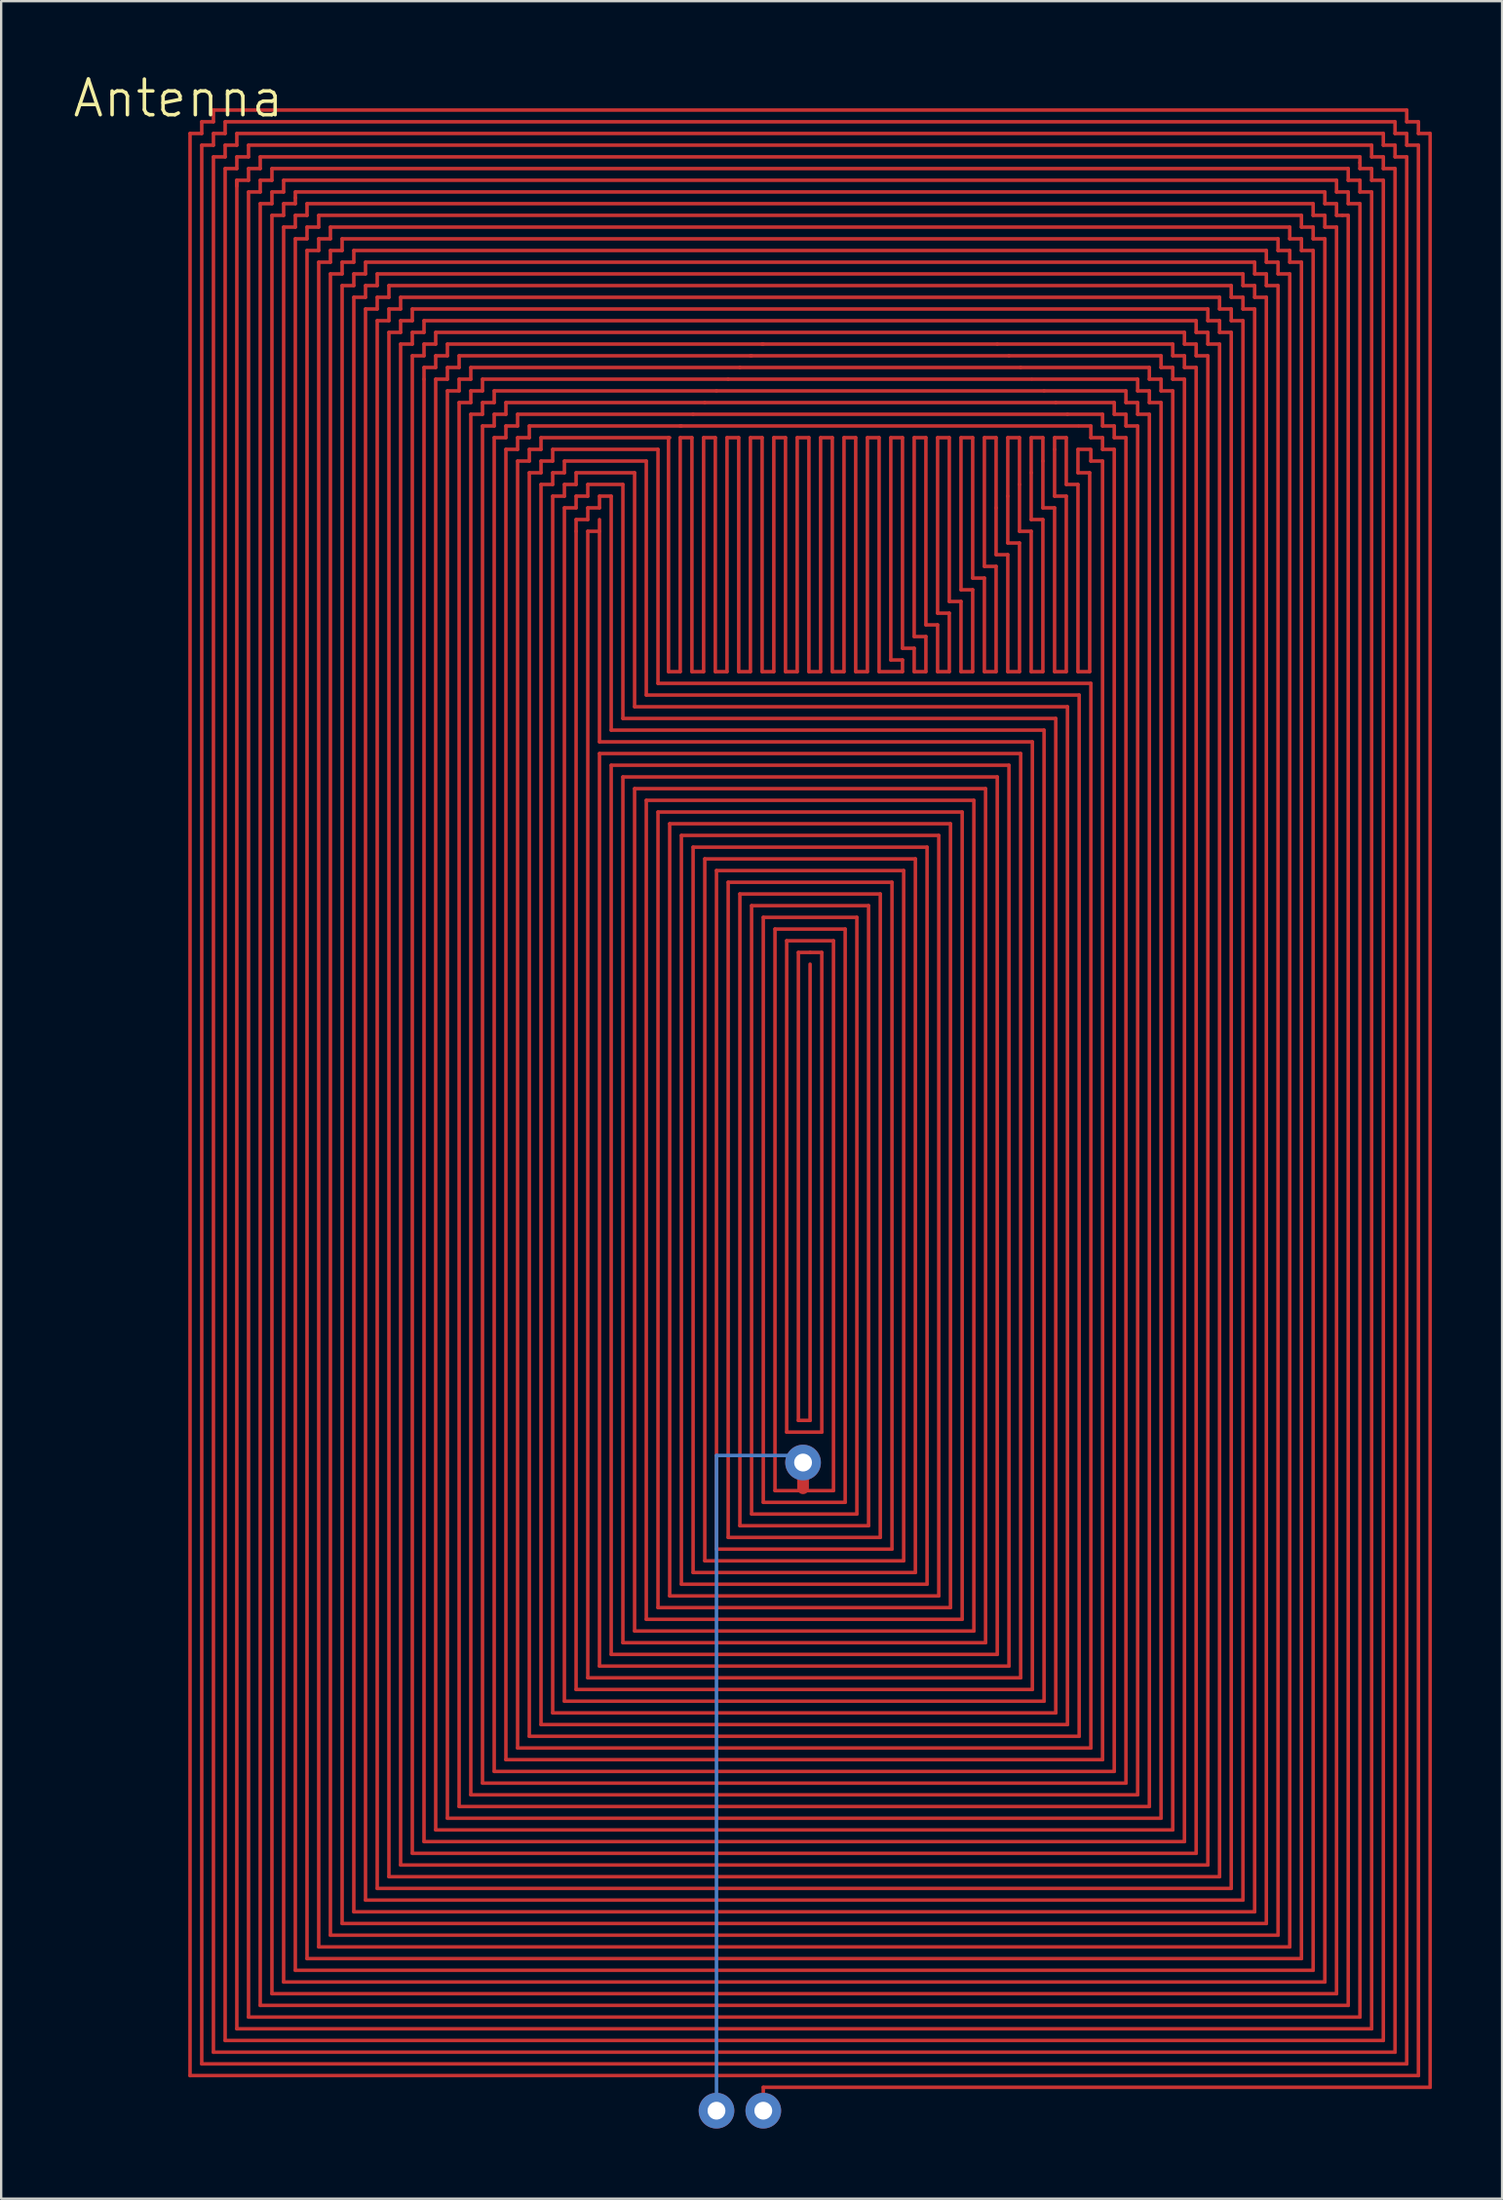
<source format=kicad_pcb>
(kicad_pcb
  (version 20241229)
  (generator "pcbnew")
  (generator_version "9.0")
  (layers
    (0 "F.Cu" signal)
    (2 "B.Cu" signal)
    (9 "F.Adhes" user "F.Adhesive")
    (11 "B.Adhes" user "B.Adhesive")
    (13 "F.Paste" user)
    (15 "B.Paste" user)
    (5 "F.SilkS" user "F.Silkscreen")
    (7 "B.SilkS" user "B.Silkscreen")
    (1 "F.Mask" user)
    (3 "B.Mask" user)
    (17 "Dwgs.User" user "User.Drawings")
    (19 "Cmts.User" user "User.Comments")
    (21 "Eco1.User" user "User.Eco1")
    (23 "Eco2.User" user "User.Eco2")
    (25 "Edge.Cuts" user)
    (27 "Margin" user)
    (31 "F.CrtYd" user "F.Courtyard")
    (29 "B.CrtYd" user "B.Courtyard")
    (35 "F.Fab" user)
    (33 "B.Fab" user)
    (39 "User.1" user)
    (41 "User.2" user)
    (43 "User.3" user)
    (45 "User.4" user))
  (footprint "Antenna"
    (layer "F.Cu")
    (at 4.572 1.155)
    (property "Reference" "Antenna" (at 0 0 0) (layer "F.SilkS") (effects (font (size 1.524 1.524) (thickness 0.15))))
    (attr through_hole)
    (fp_line (start 0.5 1.5) (end 0.5 84.5) (stroke (width 0.15) (type solid)) (layer "F.Cu"))
    (fp_line (start 0.5 84.5) (end 53 84.5) (stroke (width 0.15) (type solid)) (layer "F.Cu"))
    (fp_line (start 1 1) (end 1 1.5) (stroke (width 0.15) (type solid)) (layer "F.Cu"))
    (fp_line (start 1 1.5) (end 0.5 1.5) (stroke (width 0.15) (type solid)) (layer "F.Cu"))
    (fp_line (start 1 2) (end 1 84) (stroke (width 0.15) (type solid)) (layer "F.Cu"))
    (fp_line (start 1 84) (end 52.5 84) (stroke (width 0.15) (type solid)) (layer "F.Cu"))
    (fp_line (start 1.5 0.5) (end 1.5 1) (stroke (width 0.15) (type solid)) (layer "F.Cu"))
    (fp_line (start 1.5 1) (end 1 1) (stroke (width 0.15) (type solid)) (layer "F.Cu"))
    (fp_line (start 1.5 1.5) (end 1.5 2) (stroke (width 0.15) (type solid)) (layer "F.Cu"))
    (fp_line (start 1.5 2) (end 1 2) (stroke (width 0.15) (type solid)) (layer "F.Cu"))
    (fp_line (start 1.5 2.5) (end 1.5 83.5) (stroke (width 0.15) (type solid)) (layer "F.Cu"))
    (fp_line (start 1.5 83.5) (end 52 83.5) (stroke (width 0.15) (type solid)) (layer "F.Cu"))
    (fp_line (start 2 1) (end 2 1.5) (stroke (width 0.15) (type solid)) (layer "F.Cu"))
    (fp_line (start 2 1.5) (end 1.5 1.5) (stroke (width 0.15) (type solid)) (layer "F.Cu"))
    (fp_line (start 2 2) (end 2 2.5) (stroke (width 0.15) (type solid)) (layer "F.Cu"))
    (fp_line (start 2 2.5) (end 1.5 2.5) (stroke (width 0.15) (type solid)) (layer "F.Cu"))
    (fp_line (start 2 3) (end 2 83) (stroke (width 0.15) (type solid)) (layer "F.Cu"))
    (fp_line (start 2 83) (end 51.5 83) (stroke (width 0.15) (type solid)) (layer "F.Cu"))
    (fp_line (start 2.5 1.5) (end 2.5 2) (stroke (width 0.15) (type solid)) (layer "F.Cu"))
    (fp_line (start 2.5 2) (end 2 2) (stroke (width 0.15) (type solid)) (layer "F.Cu"))
    (fp_line (start 2.5 2.5) (end 2.5 3) (stroke (width 0.15) (type solid)) (layer "F.Cu"))
    (fp_line (start 2.5 3) (end 2 3) (stroke (width 0.15) (type solid)) (layer "F.Cu"))
    (fp_line (start 2.5 3.5) (end 2.5 82.5) (stroke (width 0.15) (type solid)) (layer "F.Cu"))
    (fp_line (start 2.5 3.75) (end 2.5 3.5) (stroke (width 0.15) (type solid)) (layer "F.Cu"))
    (fp_line (start 2.5 82.5) (end 51 82.5) (stroke (width 0.15) (type solid)) (layer "F.Cu"))
    (fp_line (start 3 2) (end 3 2.5) (stroke (width 0.15) (type solid)) (layer "F.Cu"))
    (fp_line (start 3 2.5) (end 2.5 2.5) (stroke (width 0.15) (type solid)) (layer "F.Cu"))
    (fp_line (start 3 3) (end 3 3.5) (stroke (width 0.15) (type solid)) (layer "F.Cu"))
    (fp_line (start 3 3.5) (end 2.5 3.5) (stroke (width 0.15) (type solid)) (layer "F.Cu"))
    (fp_line (start 3 4) (end 3 82) (stroke (width 0.15) (type solid)) (layer "F.Cu"))
    (fp_line (start 3 82) (end 50.5 82) (stroke (width 0.15) (type solid)) (layer "F.Cu"))
    (fp_line (start 3.5 2.5) (end 3.5 3) (stroke (width 0.15) (type solid)) (layer "F.Cu"))
    (fp_line (start 3.5 3) (end 3 3) (stroke (width 0.15) (type solid)) (layer "F.Cu"))
    (fp_line (start 3.5 3.5) (end 3.5 4) (stroke (width 0.15) (type solid)) (layer "F.Cu"))
    (fp_line (start 3.5 4) (end 3 4) (stroke (width 0.15) (type solid)) (layer "F.Cu"))
    (fp_line (start 3.5 4.5) (end 3.5 81.5) (stroke (width 0.15) (type solid)) (layer "F.Cu"))
    (fp_line (start 3.5 81.5) (end 50 81.5) (stroke (width 0.15) (type solid)) (layer "F.Cu"))
    (fp_line (start 4 3) (end 4 3.5) (stroke (width 0.15) (type solid)) (layer "F.Cu"))
    (fp_line (start 4 3.5) (end 3.5 3.5) (stroke (width 0.15) (type solid)) (layer "F.Cu"))
    (fp_line (start 4 4) (end 4 4.5) (stroke (width 0.15) (type solid)) (layer "F.Cu"))
    (fp_line (start 4 4.5) (end 3.5 4.5) (stroke (width 0.15) (type solid)) (layer "F.Cu"))
    (fp_line (start 4 5) (end 4 81) (stroke (width 0.15) (type solid)) (layer "F.Cu"))
    (fp_line (start 4 81) (end 49.5 81) (stroke (width 0.15) (type solid)) (layer "F.Cu"))
    (fp_line (start 4.5 3.5) (end 4.5 4) (stroke (width 0.15) (type solid)) (layer "F.Cu"))
    (fp_line (start 4.5 4) (end 4 4) (stroke (width 0.15) (type solid)) (layer "F.Cu"))
    (fp_line (start 4.5 4.5) (end 4.5 5) (stroke (width 0.15) (type solid)) (layer "F.Cu"))
    (fp_line (start 4.5 5) (end 4 5) (stroke (width 0.15) (type solid)) (layer "F.Cu"))
    (fp_line (start 4.5 5.5) (end 4.5 80.5) (stroke (width 0.15) (type solid)) (layer "F.Cu"))
    (fp_line (start 4.5 80.5) (end 49 80.5) (stroke (width 0.15) (type solid)) (layer "F.Cu"))
    (fp_line (start 5 4) (end 5 4.25) (stroke (width 0.15) (type solid)) (layer "F.Cu"))
    (fp_line (start 5 4.25) (end 5 4.5) (stroke (width 0.15) (type solid)) (layer "F.Cu"))
    (fp_line (start 5 4.5) (end 4.5 4.5) (stroke (width 0.15) (type solid)) (layer "F.Cu"))
    (fp_line (start 5 5) (end 5 5.5) (stroke (width 0.15) (type solid)) (layer "F.Cu"))
    (fp_line (start 5 5.5) (end 4.5 5.5) (stroke (width 0.15) (type solid)) (layer "F.Cu"))
    (fp_line (start 5 6) (end 5 80) (stroke (width 0.15) (type solid)) (layer "F.Cu"))
    (fp_line (start 5 80) (end 48.5 80) (stroke (width 0.15) (type solid)) (layer "F.Cu"))
    (fp_line (start 5.5 4.5) (end 5.5 5) (stroke (width 0.15) (type solid)) (layer "F.Cu"))
    (fp_line (start 5.5 5) (end 5 5) (stroke (width 0.15) (type solid)) (layer "F.Cu"))
    (fp_line (start 5.5 5.5) (end 5.5 6) (stroke (width 0.15) (type solid)) (layer "F.Cu"))
    (fp_line (start 5.5 6) (end 5 6) (stroke (width 0.15) (type solid)) (layer "F.Cu"))
    (fp_line (start 5.5 6.5) (end 5.5 79.5) (stroke (width 0.15) (type solid)) (layer "F.Cu"))
    (fp_line (start 5.5 79.5) (end 48 79.5) (stroke (width 0.15) (type solid)) (layer "F.Cu"))
    (fp_line (start 6 5) (end 6 5.5) (stroke (width 0.15) (type solid)) (layer "F.Cu"))
    (fp_line (start 6 5.5) (end 5.5 5.5) (stroke (width 0.15) (type solid)) (layer "F.Cu"))
    (fp_line (start 6 6) (end 6 6.5) (stroke (width 0.15) (type solid)) (layer "F.Cu"))
    (fp_line (start 6 6.5) (end 5.5 6.5) (stroke (width 0.15) (type solid)) (layer "F.Cu"))
    (fp_line (start 6 7) (end 6 79) (stroke (width 0.15) (type solid)) (layer "F.Cu"))
    (fp_line (start 6 79) (end 47.5 79) (stroke (width 0.15) (type solid)) (layer "F.Cu"))
    (fp_line (start 6.5 5.5) (end 6.5 6) (stroke (width 0.15) (type solid)) (layer "F.Cu"))
    (fp_line (start 6.5 6) (end 6 6) (stroke (width 0.15) (type solid)) (layer "F.Cu"))
    (fp_line (start 6.5 6.5) (end 6.5 7) (stroke (width 0.15) (type solid)) (layer "F.Cu"))
    (fp_line (start 6.5 7) (end 6 7) (stroke (width 0.15) (type solid)) (layer "F.Cu"))
    (fp_line (start 6.5 7.5) (end 6.5 78.5) (stroke (width 0.15) (type solid)) (layer "F.Cu"))
    (fp_line (start 6.5 78.5) (end 47 78.5) (stroke (width 0.15) (type solid)) (layer "F.Cu"))
    (fp_line (start 7 6) (end 7 6.5) (stroke (width 0.15) (type solid)) (layer "F.Cu"))
    (fp_line (start 7 6.5) (end 6.5 6.5) (stroke (width 0.15) (type solid)) (layer "F.Cu"))
    (fp_line (start 7 7) (end 7 7.5) (stroke (width 0.15) (type solid)) (layer "F.Cu"))
    (fp_line (start 7 7.5) (end 6.5 7.5) (stroke (width 0.15) (type solid)) (layer "F.Cu"))
    (fp_line (start 7 8) (end 7 78) (stroke (width 0.15) (type solid)) (layer "F.Cu"))
    (fp_line (start 7 78) (end 46.5 78) (stroke (width 0.15) (type solid)) (layer "F.Cu"))
    (fp_line (start 7.5 6.5) (end 7.5 7) (stroke (width 0.15) (type solid)) (layer "F.Cu"))
    (fp_line (start 7.5 7) (end 7 7) (stroke (width 0.15) (type solid)) (layer "F.Cu"))
    (fp_line (start 7.5 7.5) (end 7.5 8) (stroke (width 0.15) (type solid)) (layer "F.Cu"))
    (fp_line (start 7.5 8) (end 7 8) (stroke (width 0.15) (type solid)) (layer "F.Cu"))
    (fp_line (start 7.5 8.5) (end 7.5 77.5) (stroke (width 0.15) (type solid)) (layer "F.Cu"))
    (fp_line (start 7.5 77.5) (end 46 77.5) (stroke (width 0.15) (type solid)) (layer "F.Cu"))
    (fp_line (start 8 7) (end 8 7.5) (stroke (width 0.15) (type solid)) (layer "F.Cu"))
    (fp_line (start 8 7.5) (end 7.5 7.5) (stroke (width 0.15) (type solid)) (layer "F.Cu"))
    (fp_line (start 8 8) (end 8 8.5) (stroke (width 0.15) (type solid)) (layer "F.Cu"))
    (fp_line (start 8 8.5) (end 7.5 8.5) (stroke (width 0.15) (type solid)) (layer "F.Cu"))
    (fp_line (start 8 9) (end 8 77) (stroke (width 0.15) (type solid)) (layer "F.Cu"))
    (fp_line (start 8 77) (end 45.5 77) (stroke (width 0.15) (type solid)) (layer "F.Cu"))
    (fp_line (start 8.5 7.5) (end 8.5 8) (stroke (width 0.15) (type solid)) (layer "F.Cu"))
    (fp_line (start 8.5 8) (end 8 8) (stroke (width 0.15) (type solid)) (layer "F.Cu"))
    (fp_line (start 8.5 8.5) (end 8.5 9) (stroke (width 0.15) (type solid)) (layer "F.Cu"))
    (fp_line (start 8.5 9) (end 8 9) (stroke (width 0.15) (type solid)) (layer "F.Cu"))
    (fp_line (start 8.5 9.5) (end 8.5 76.5) (stroke (width 0.15) (type solid)) (layer "F.Cu"))
    (fp_line (start 8.5 76.5) (end 45 76.5) (stroke (width 0.15) (type solid)) (layer "F.Cu"))
    (fp_line (start 9 8) (end 9 8.5) (stroke (width 0.15) (type solid)) (layer "F.Cu"))
    (fp_line (start 9 8.5) (end 8.5 8.5) (stroke (width 0.15) (type solid)) (layer "F.Cu"))
    (fp_line (start 9 9) (end 9 9.5) (stroke (width 0.15) (type solid)) (layer "F.Cu"))
    (fp_line (start 9 9.5) (end 8.5 9.5) (stroke (width 0.15) (type solid)) (layer "F.Cu"))
    (fp_line (start 9 10) (end 9 76) (stroke (width 0.15) (type solid)) (layer "F.Cu"))
    (fp_line (start 9 76) (end 44.5 76) (stroke (width 0.15) (type solid)) (layer "F.Cu"))
    (fp_line (start 9.5 8.5) (end 9.5 9) (stroke (width 0.15) (type solid)) (layer "F.Cu"))
    (fp_line (start 9.5 9) (end 9 9) (stroke (width 0.15) (type solid)) (layer "F.Cu"))
    (fp_line (start 9.5 9.5) (end 9.5 10) (stroke (width 0.15) (type solid)) (layer "F.Cu"))
    (fp_line (start 9.5 10) (end 9 10) (stroke (width 0.15) (type solid)) (layer "F.Cu"))
    (fp_line (start 9.5 10.5) (end 9.5 75.5) (stroke (width 0.15) (type solid)) (layer "F.Cu"))
    (fp_line (start 9.5 75.5) (end 44 75.5) (stroke (width 0.15) (type solid)) (layer "F.Cu"))
    (fp_line (start 10 9) (end 10 9.5) (stroke (width 0.15) (type solid)) (layer "F.Cu"))
    (fp_line (start 10 9.5) (end 9.5 9.5) (stroke (width 0.15) (type solid)) (layer "F.Cu"))
    (fp_line (start 10 10) (end 10 10.5) (stroke (width 0.15) (type solid)) (layer "F.Cu"))
    (fp_line (start 10 10.5) (end 9.5 10.5) (stroke (width 0.15) (type solid)) (layer "F.Cu"))
    (fp_line (start 10 11) (end 10 75) (stroke (width 0.15) (type solid)) (layer "F.Cu"))
    (fp_line (start 10 75) (end 43.5 75) (stroke (width 0.15) (type solid)) (layer "F.Cu"))
    (fp_line (start 10.5 9.5) (end 10.5 10) (stroke (width 0.15) (type solid)) (layer "F.Cu"))
    (fp_line (start 10.5 10) (end 10 10) (stroke (width 0.15) (type solid)) (layer "F.Cu"))
    (fp_line (start 10.5 10.5) (end 10.5 11) (stroke (width 0.15) (type solid)) (layer "F.Cu"))
    (fp_line (start 10.5 11) (end 10 11) (stroke (width 0.15) (type solid)) (layer "F.Cu"))
    (fp_line (start 10.5 11.5) (end 10.5 12) (stroke (width 0.15) (type solid)) (layer "F.Cu"))
    (fp_line (start 10.5 12) (end 10.5 74.5) (stroke (width 0.15) (type solid)) (layer "F.Cu"))
    (fp_line (start 10.5 74.5) (end 43 74.5) (stroke (width 0.15) (type solid)) (layer "F.Cu"))
    (fp_line (start 11 10) (end 11 10.5) (stroke (width 0.15) (type solid)) (layer "F.Cu"))
    (fp_line (start 11 10.5) (end 10.5 10.5) (stroke (width 0.15) (type solid)) (layer "F.Cu"))
    (fp_line (start 11 11) (end 11 11.5) (stroke (width 0.15) (type solid)) (layer "F.Cu"))
    (fp_line (start 11 11.5) (end 10.5 11.5) (stroke (width 0.15) (type solid)) (layer "F.Cu"))
    (fp_line (start 11 12) (end 11 74) (stroke (width 0.15) (type solid)) (layer "F.Cu"))
    (fp_line (start 11 74) (end 42.5 74) (stroke (width 0.15) (type solid)) (layer "F.Cu"))
    (fp_line (start 11.5 10.5) (end 11.5 11) (stroke (width 0.15) (type solid)) (layer "F.Cu"))
    (fp_line (start 11.5 11) (end 11 11) (stroke (width 0.15) (type solid)) (layer "F.Cu"))
    (fp_line (start 11.5 11.5) (end 11.5 12) (stroke (width 0.15) (type solid)) (layer "F.Cu"))
    (fp_line (start 11.5 12) (end 11 12) (stroke (width 0.15) (type solid)) (layer "F.Cu"))
    (fp_line (start 11.5 12.5) (end 11.5 73.5) (stroke (width 0.15) (type solid)) (layer "F.Cu"))
    (fp_line (start 11.5 73.5) (end 42 73.5) (stroke (width 0.15) (type solid)) (layer "F.Cu"))
    (fp_line (start 12 11) (end 12 11.5) (stroke (width 0.15) (type solid)) (layer "F.Cu"))
    (fp_line (start 12 11.5) (end 11.5 11.5) (stroke (width 0.15) (type solid)) (layer "F.Cu"))
    (fp_line (start 12 12) (end 12 12.5) (stroke (width 0.15) (type solid)) (layer "F.Cu"))
    (fp_line (start 12 12.5) (end 11.5 12.5) (stroke (width 0.15) (type solid)) (layer "F.Cu"))
    (fp_line (start 12 13) (end 12 73) (stroke (width 0.15) (type solid)) (layer "F.Cu"))
    (fp_line (start 12 73) (end 41.5 73) (stroke (width 0.15) (type solid)) (layer "F.Cu"))
    (fp_line (start 12.5 11.5) (end 12.5 12) (stroke (width 0.15) (type solid)) (layer "F.Cu"))
    (fp_line (start 12.5 12) (end 12 12) (stroke (width 0.15) (type solid)) (layer "F.Cu"))
    (fp_line (start 12.5 12.5) (end 12.5 13) (stroke (width 0.15) (type solid)) (layer "F.Cu"))
    (fp_line (start 12.5 13) (end 12 13) (stroke (width 0.15) (type solid)) (layer "F.Cu"))
    (fp_line (start 12.5 13.5) (end 12.5 72.5) (stroke (width 0.15) (type solid)) (layer "F.Cu"))
    (fp_line (start 12.5 72.5) (end 41 72.5) (stroke (width 0.15) (type solid)) (layer "F.Cu"))
    (fp_line (start 13 12) (end 13 12.5) (stroke (width 0.15) (type solid)) (layer "F.Cu"))
    (fp_line (start 13 12.5) (end 12.5 12.5) (stroke (width 0.15) (type solid)) (layer "F.Cu"))
    (fp_line (start 13 13) (end 13 13.5) (stroke (width 0.15) (type solid)) (layer "F.Cu"))
    (fp_line (start 13 13.5) (end 12.5 13.5) (stroke (width 0.15) (type solid)) (layer "F.Cu"))
    (fp_line (start 13 14) (end 13 72) (stroke (width 0.15) (type solid)) (layer "F.Cu"))
    (fp_line (start 13 72) (end 40.5 72) (stroke (width 0.15) (type solid)) (layer "F.Cu"))
    (fp_line (start 13.5 12.5) (end 13.5 13) (stroke (width 0.15) (type solid)) (layer "F.Cu"))
    (fp_line (start 13.5 13) (end 13 13) (stroke (width 0.15) (type solid)) (layer "F.Cu"))
    (fp_line (start 13.5 13.5) (end 13.5 14) (stroke (width 0.15) (type solid)) (layer "F.Cu"))
    (fp_line (start 13.5 14) (end 13 14) (stroke (width 0.15) (type solid)) (layer "F.Cu"))
    (fp_line (start 13.5 14.5) (end 13.5 71.5) (stroke (width 0.15) (type solid)) (layer "F.Cu"))
    (fp_line (start 13.5 71.5) (end 40 71.5) (stroke (width 0.15) (type solid)) (layer "F.Cu"))
    (fp_line (start 14 13) (end 14 13.5) (stroke (width 0.15) (type solid)) (layer "F.Cu"))
    (fp_line (start 14 13.5) (end 13.5 13.5) (stroke (width 0.15) (type solid)) (layer "F.Cu"))
    (fp_line (start 14 14) (end 14 14.5) (stroke (width 0.15) (type solid)) (layer "F.Cu"))
    (fp_line (start 14 14.5) (end 13.5 14.5) (stroke (width 0.15) (type solid)) (layer "F.Cu"))
    (fp_line (start 14 15) (end 14 71) (stroke (width 0.15) (type solid)) (layer "F.Cu"))
    (fp_line (start 14 71) (end 39.5 71) (stroke (width 0.15) (type solid)) (layer "F.Cu"))
    (fp_line (start 14.5 13.5) (end 14.5 14) (stroke (width 0.15) (type solid)) (layer "F.Cu"))
    (fp_line (start 14.5 14) (end 14 14) (stroke (width 0.15) (type solid)) (layer "F.Cu"))
    (fp_line (start 14.5 14.5) (end 14.5 15) (stroke (width 0.15) (type solid)) (layer "F.Cu"))
    (fp_line (start 14.5 15) (end 14 15) (stroke (width 0.15) (type solid)) (layer "F.Cu"))
    (fp_line (start 14.5 15.5) (end 14.5 70.5) (stroke (width 0.15) (type solid)) (layer "F.Cu"))
    (fp_line (start 14.5 70.5) (end 39 70.5) (stroke (width 0.15) (type solid)) (layer "F.Cu"))
    (fp_line (start 15 14) (end 15 14.5) (stroke (width 0.15) (type solid)) (layer "F.Cu"))
    (fp_line (start 15 14.5) (end 14.5 14.5) (stroke (width 0.15) (type solid)) (layer "F.Cu"))
    (fp_line (start 15 15) (end 15 15.5) (stroke (width 0.15) (type solid)) (layer "F.Cu"))
    (fp_line (start 15 15.5) (end 14.5 15.5) (stroke (width 0.15) (type solid)) (layer "F.Cu"))
    (fp_line (start 15 16) (end 15 70) (stroke (width 0.15) (type solid)) (layer "F.Cu"))
    (fp_line (start 15 70) (end 38.5 70) (stroke (width 0.15) (type solid)) (layer "F.Cu"))
    (fp_line (start 15.5 14.5) (end 15.5 15) (stroke (width 0.15) (type solid)) (layer "F.Cu"))
    (fp_line (start 15.5 15) (end 15 15) (stroke (width 0.15) (type solid)) (layer "F.Cu"))
    (fp_line (start 15.5 15.5) (end 15.5 16) (stroke (width 0.15) (type solid)) (layer "F.Cu"))
    (fp_line (start 15.5 16) (end 15 16) (stroke (width 0.15) (type solid)) (layer "F.Cu"))
    (fp_line (start 15.5 16.5) (end 15.5 69.5) (stroke (width 0.15) (type solid)) (layer "F.Cu"))
    (fp_line (start 15.5 69.5) (end 38 69.5) (stroke (width 0.15) (type solid)) (layer "F.Cu"))
    (fp_line (start 16 15) (end 16 15.5) (stroke (width 0.15) (type solid)) (layer "F.Cu"))
    (fp_line (start 16 15.5) (end 15.5 15.5) (stroke (width 0.15) (type solid)) (layer "F.Cu"))
    (fp_line (start 16 16) (end 16 16.5) (stroke (width 0.15) (type solid)) (layer "F.Cu"))
    (fp_line (start 16 16.5) (end 15.5 16.5) (stroke (width 0.15) (type solid)) (layer "F.Cu"))
    (fp_line (start 16 17) (end 16 69) (stroke (width 0.15) (type solid)) (layer "F.Cu"))
    (fp_line (start 16 69) (end 37.5 69) (stroke (width 0.15) (type solid)) (layer "F.Cu"))
    (fp_line (start 16.5 15.5) (end 16.5 16) (stroke (width 0.15) (type solid)) (layer "F.Cu"))
    (fp_line (start 16.5 16) (end 16 16) (stroke (width 0.15) (type solid)) (layer "F.Cu"))
    (fp_line (start 16.5 16.5) (end 16.5 17) (stroke (width 0.15) (type solid)) (layer "F.Cu"))
    (fp_line (start 16.5 17) (end 16 17) (stroke (width 0.15) (type solid)) (layer "F.Cu"))
    (fp_line (start 16.5 17.5) (end 16.5 68.5) (stroke (width 0.15) (type solid)) (layer "F.Cu"))
    (fp_line (start 16.5 68.5) (end 37 68.5) (stroke (width 0.15) (type solid)) (layer "F.Cu"))
    (fp_line (start 17 16) (end 17 16.5) (stroke (width 0.15) (type solid)) (layer "F.Cu"))
    (fp_line (start 17 16.5) (end 16.5 16.5) (stroke (width 0.15) (type solid)) (layer "F.Cu"))
    (fp_line (start 17 17) (end 17 17.5) (stroke (width 0.15) (type solid)) (layer "F.Cu"))
    (fp_line (start 17 17.5) (end 16.5 17.5) (stroke (width 0.15) (type solid)) (layer "F.Cu"))
    (fp_line (start 17 18) (end 17 18.5) (stroke (width 0.15) (type solid)) (layer "F.Cu"))
    (fp_line (start 17 18.5) (end 17 68) (stroke (width 0.15) (type solid)) (layer "F.Cu"))
    (fp_line (start 17 68) (end 36.5 68) (stroke (width 0.15) (type solid)) (layer "F.Cu"))
    (fp_line (start 17.5 16.5) (end 17.5 17) (stroke (width 0.15) (type solid)) (layer "F.Cu"))
    (fp_line (start 17.5 17) (end 17 17) (stroke (width 0.15) (type solid)) (layer "F.Cu"))
    (fp_line (start 17.5 17.5) (end 17.5 18) (stroke (width 0.15) (type solid)) (layer "F.Cu"))
    (fp_line (start 17.5 18) (end 17 18) (stroke (width 0.15) (type solid)) (layer "F.Cu"))
    (fp_line (start 17.5 18.5) (end 17.5 67.5) (stroke (width 0.15) (type solid)) (layer "F.Cu"))
    (fp_line (start 17.5 67.5) (end 36 67.5) (stroke (width 0.15) (type solid)) (layer "F.Cu"))
    (fp_line (start 18 17) (end 18 17.5) (stroke (width 0.15) (type solid)) (layer "F.Cu"))
    (fp_line (start 18 17.5) (end 17.5 17.5) (stroke (width 0.15) (type solid)) (layer "F.Cu"))
    (fp_line (start 18 18.5) (end 17.5 18.5) (stroke (width 0.15) (type solid)) (layer "F.Cu"))
    (fp_line (start 18 27.5) (end 18 18) (stroke (width 0.15) (type solid)) (layer "F.Cu"))
    (fp_line (start 18 28) (end 18 67) (stroke (width 0.15) (type solid)) (layer "F.Cu"))
    (fp_line (start 18 67) (end 35.5 67) (stroke (width 0.15) (type solid)) (layer "F.Cu"))
    (fp_line (start 18.5 17) (end 18 17) (stroke (width 0.15) (type solid)) (layer "F.Cu"))
    (fp_line (start 18.5 27) (end 18.5 17) (stroke (width 0.15) (type solid)) (layer "F.Cu"))
    (fp_line (start 18.5 28.5) (end 18.5 66.5) (stroke (width 0.15) (type solid)) (layer "F.Cu"))
    (fp_line (start 18.5 66.5) (end 35 66.5) (stroke (width 0.15) (type solid)) (layer "F.Cu"))
    (fp_line (start 19 16.5) (end 17.5 16.5) (stroke (width 0.15) (type solid)) (layer "F.Cu"))
    (fp_line (start 19 26.5) (end 19 16.5) (stroke (width 0.15) (type solid)) (layer "F.Cu"))
    (fp_line (start 19 29) (end 19 66) (stroke (width 0.15) (type solid)) (layer "F.Cu"))
    (fp_line (start 19 66) (end 34.5 66) (stroke (width 0.15) (type solid)) (layer "F.Cu"))
    (fp_line (start 19.5 16) (end 17 16) (stroke (width 0.15) (type solid)) (layer "F.Cu"))
    (fp_line (start 19.5 26) (end 19.5 16) (stroke (width 0.15) (type solid)) (layer "F.Cu"))
    (fp_line (start 19.5 29.5) (end 19.5 65.5) (stroke (width 0.15) (type solid)) (layer "F.Cu"))
    (fp_line (start 19.5 65.5) (end 34 65.5) (stroke (width 0.15) (type solid)) (layer "F.Cu"))
    (fp_line (start 20 15.5) (end 16.5 15.5) (stroke (width 0.15) (type solid)) (layer "F.Cu"))
    (fp_line (start 20 25.5) (end 20 15.5) (stroke (width 0.15) (type solid)) (layer "F.Cu"))
    (fp_line (start 20 30) (end 20 65) (stroke (width 0.15) (type solid)) (layer "F.Cu"))
    (fp_line (start 20 65) (end 33.5 65) (stroke (width 0.15) (type solid)) (layer "F.Cu"))
    (fp_line (start 20.5 15) (end 16 15) (stroke (width 0.15) (type solid)) (layer "F.Cu"))
    (fp_line (start 20.5 25) (end 20.5 15) (stroke (width 0.15) (type solid)) (layer "F.Cu"))
    (fp_line (start 20.5 30.5) (end 20.5 64.5) (stroke (width 0.15) (type solid)) (layer "F.Cu"))
    (fp_line (start 20.5 64.5) (end 33 64.5) (stroke (width 0.15) (type solid)) (layer "F.Cu"))
    (fp_line (start 20.95 24.5) (end 20.95 14.5) (stroke (width 0.15) (type solid)) (layer "F.Cu"))
    (fp_line (start 21 14.5) (end 15.5 14.5) (stroke (width 0.15) (type solid)) (layer "F.Cu"))
    (fp_line (start 21 31) (end 21 64) (stroke (width 0.15) (type solid)) (layer "F.Cu"))
    (fp_line (start 21 64) (end 32.5 64) (stroke (width 0.15) (type solid)) (layer "F.Cu"))
    (fp_line (start 21.45 14.5) (end 21.45 24.5) (stroke (width 0.15) (type solid)) (layer "F.Cu"))
    (fp_line (start 21.45 24.5) (end 20.95 24.5) (stroke (width 0.15) (type solid)) (layer "F.Cu"))
    (fp_line (start 21.5 14) (end 15 14) (stroke (width 0.15) (type solid)) (layer "F.Cu"))
    (fp_line (start 21.5 31.5) (end 21.5 63.5) (stroke (width 0.15) (type solid)) (layer "F.Cu"))
    (fp_line (start 21.5 63.5) (end 32 63.5) (stroke (width 0.15) (type solid)) (layer "F.Cu"))
    (fp_line (start 21.95 14.5) (end 21.45 14.5) (stroke (width 0.15) (type solid)) (layer "F.Cu"))
    (fp_line (start 21.95 24.5) (end 21.95 14.5) (stroke (width 0.15) (type solid)) (layer "F.Cu"))
    (fp_line (start 22 13.5) (end 14.5 13.5) (stroke (width 0.15) (type solid)) (layer "F.Cu"))
    (fp_line (start 22 13.5) (end 38 13.5) (stroke (width 0.15) (type solid)) (layer "F.Cu"))
    (fp_line (start 22 32) (end 22 63) (stroke (width 0.15) (type solid)) (layer "F.Cu"))
    (fp_line (start 22 63) (end 31.5 63) (stroke (width 0.15) (type solid)) (layer "F.Cu"))
    (fp_line (start 22.45 14.5) (end 22.45 24.5) (stroke (width 0.15) (type solid)) (layer "F.Cu"))
    (fp_line (start 22.45 24.5) (end 21.95 24.5) (stroke (width 0.15) (type solid)) (layer "F.Cu"))
    (fp_line (start 22.5 13) (end 14 13) (stroke (width 0.15) (type solid)) (layer "F.Cu"))
    (fp_line (start 22.5 32.5) (end 22.5 62.5) (stroke (width 0.15) (type solid)) (layer "F.Cu"))
    (fp_line (start 22.5 62.5) (end 31 62.5) (stroke (width 0.15) (type solid)) (layer "F.Cu"))
    (fp_line (start 22.95 14.5) (end 22.45 14.5) (stroke (width 0.15) (type solid)) (layer "F.Cu"))
    (fp_line (start 22.95 24.5) (end 22.95 14.5) (stroke (width 0.15) (type solid)) (layer "F.Cu"))
    (fp_line (start 23 12.5) (end 13.5 12.5) (stroke (width 0.15) (type solid)) (layer "F.Cu"))
    (fp_line (start 23 12.5) (end 37 12.5) (stroke (width 0.15) (type solid)) (layer "F.Cu"))
    (fp_line (start 23 33) (end 23 62) (stroke (width 0.15) (type solid)) (layer "F.Cu"))
    (fp_line (start 23 62) (end 30.5 62) (stroke (width 0.15) (type solid)) (layer "F.Cu"))
    (fp_line (start 23.45 14.5) (end 23.45 24.5) (stroke (width 0.15) (type solid)) (layer "F.Cu"))
    (fp_line (start 23.45 24.5) (end 22.95 24.5) (stroke (width 0.15) (type solid)) (layer "F.Cu"))
    (fp_line (start 23.5 12) (end 13 12) (stroke (width 0.15) (type solid)) (layer "F.Cu"))
    (fp_line (start 23.5 12) (end 36.45 12) (stroke (width 0.15) (type solid)) (layer "F.Cu"))
    (fp_line (start 23.5 33.5) (end 23.5 61.5) (stroke (width 0.15) (type solid)) (layer "F.Cu"))
    (fp_line (start 23.5 61.5) (end 30 61.5) (stroke (width 0.15) (type solid)) (layer "F.Cu"))
    (fp_line (start 23.95 14.5) (end 23.45 14.5) (stroke (width 0.15) (type solid)) (layer "F.Cu"))
    (fp_line (start 23.95 24.5) (end 23.95 14.5) (stroke (width 0.15) (type solid)) (layer "F.Cu"))
    (fp_line (start 24 11.5) (end 12.5 11.5) (stroke (width 0.15) (type solid)) (layer "F.Cu"))
    (fp_line (start 24 34) (end 24 61) (stroke (width 0.15) (type solid)) (layer "F.Cu"))
    (fp_line (start 24 61) (end 29.5 61) (stroke (width 0.15) (type solid)) (layer "F.Cu"))
    (fp_line (start 24.45 14.5) (end 24.45 24.5) (stroke (width 0.15) (type solid)) (layer "F.Cu"))
    (fp_line (start 24.45 24.5) (end 23.95 24.5) (stroke (width 0.15) (type solid)) (layer "F.Cu"))
    (fp_line (start 24.5 11) (end 12 11) (stroke (width 0.15) (type solid)) (layer "F.Cu"))
    (fp_line (start 24.5 34.5) (end 24.5 60.5) (stroke (width 0.15) (type solid)) (layer "F.Cu"))
    (fp_line (start 24.5 60.5) (end 29 60.5) (stroke (width 0.15) (type solid)) (layer "F.Cu"))
    (fp_line (start 24.95 14.5) (end 24.45 14.5) (stroke (width 0.15) (type solid)) (layer "F.Cu"))
    (fp_line (start 24.95 24.5) (end 24.95 14.5) (stroke (width 0.15) (type solid)) (layer "F.Cu"))
    (fp_line (start 25 10.5) (end 11.5 10.5) (stroke (width 0.15) (type solid)) (layer "F.Cu"))
    (fp_line (start 25 35) (end 25 60) (stroke (width 0.15) (type solid)) (layer "F.Cu"))
    (fp_line (start 25 60) (end 28.5 60) (stroke (width 0.15) (type solid)) (layer "F.Cu"))
    (fp_line (start 25 85) (end 25 86) (stroke (width 0.15) (type solid)) (layer "F.Cu"))
    (fp_line (start 25 85) (end 53.5 85) (stroke (width 0.15) (type solid)) (layer "F.Cu"))
    (fp_line (start 25.45 14.5) (end 25.45 24.5) (stroke (width 0.15) (type solid)) (layer "F.Cu"))
    (fp_line (start 25.45 24.5) (end 24.95 24.5) (stroke (width 0.15) (type solid)) (layer "F.Cu"))
    (fp_line (start 25.5 35.5) (end 25.5 59.5) (stroke (width 0.15) (type solid)) (layer "F.Cu"))
    (fp_line (start 25.5 59.5) (end 28 59.5) (stroke (width 0.15) (type solid)) (layer "F.Cu"))
    (fp_line (start 25.95 14.5) (end 25.45 14.5) (stroke (width 0.15) (type solid)) (layer "F.Cu"))
    (fp_line (start 25.95 24.5) (end 25.95 14.5) (stroke (width 0.15) (type solid)) (layer "F.Cu"))
    (fp_line (start 26 36) (end 26 57) (stroke (width 0.15) (type solid)) (layer "F.Cu"))
    (fp_line (start 26 57) (end 27.5 57) (stroke (width 0.15) (type solid)) (layer "F.Cu"))
    (fp_line (start 26.45 14.5) (end 26.45 24.5) (stroke (width 0.15) (type solid)) (layer "F.Cu"))
    (fp_line (start 26.45 24.5) (end 25.95 24.5) (stroke (width 0.15) (type solid)) (layer "F.Cu"))
    (fp_line (start 26.5 36.5) (end 26.5 56.5) (stroke (width 0.15) (type solid)) (layer "F.Cu"))
    (fp_line (start 26.5 56.5) (end 27 56.5) (stroke (width 0.15) (type solid)) (layer "F.Cu"))
    (fp_line (start 26.7 58.2) (end 26.7 59.4) (stroke (width 0.5) (type solid)) (layer "F.Cu"))
    (fp_line (start 26.95 14.5) (end 26.45 14.5) (stroke (width 0.15) (type solid)) (layer "F.Cu"))
    (fp_line (start 26.95 24.5) (end 26.95 14.5) (stroke (width 0.15) (type solid)) (layer "F.Cu"))
    (fp_line (start 27 36.5) (end 26.5 36.5) (stroke (width 0.15) (type solid)) (layer "F.Cu"))
    (fp_line (start 27 56.5) (end 27 37) (stroke (width 0.15) (type solid)) (layer "F.Cu"))
    (fp_line (start 27.45 14.5) (end 27.45 24.5) (stroke (width 0.15) (type solid)) (layer "F.Cu"))
    (fp_line (start 27.45 24.5) (end 26.95 24.5) (stroke (width 0.15) (type solid)) (layer "F.Cu"))
    (fp_line (start 27.5 36.5) (end 27 36.5) (stroke (width 0.15) (type solid)) (layer "F.Cu"))
    (fp_line (start 27.5 57) (end 27.5 36.5) (stroke (width 0.15) (type solid)) (layer "F.Cu"))
    (fp_line (start 27.95 14.5) (end 27.45 14.5) (stroke (width 0.15) (type solid)) (layer "F.Cu"))
    (fp_line (start 27.95 24.5) (end 27.95 14.5) (stroke (width 0.15) (type solid)) (layer "F.Cu"))
    (fp_line (start 28 36) (end 26 36) (stroke (width 0.15) (type solid)) (layer "F.Cu"))
    (fp_line (start 28 59.5) (end 28 36) (stroke (width 0.15) (type solid)) (layer "F.Cu"))
    (fp_line (start 28.45 14.5) (end 28.45 24.5) (stroke (width 0.15) (type solid)) (layer "F.Cu"))
    (fp_line (start 28.45 24.5) (end 27.95 24.5) (stroke (width 0.15) (type solid)) (layer "F.Cu"))
    (fp_line (start 28.5 35.5) (end 25.5 35.5) (stroke (width 0.15) (type solid)) (layer "F.Cu"))
    (fp_line (start 28.5 60) (end 28.5 35.5) (stroke (width 0.15) (type solid)) (layer "F.Cu"))
    (fp_line (start 28.95 14.5) (end 28.45 14.5) (stroke (width 0.15) (type solid)) (layer "F.Cu"))
    (fp_line (start 28.95 24.5) (end 28.95 14.5) (stroke (width 0.15) (type solid)) (layer "F.Cu"))
    (fp_line (start 29 35) (end 25 35) (stroke (width 0.15) (type solid)) (layer "F.Cu"))
    (fp_line (start 29 60.5) (end 29 35) (stroke (width 0.15) (type solid)) (layer "F.Cu"))
    (fp_line (start 29.45 14.5) (end 29.45 24.5) (stroke (width 0.15) (type solid)) (layer "F.Cu"))
    (fp_line (start 29.45 24.5) (end 28.95 24.5) (stroke (width 0.15) (type solid)) (layer "F.Cu"))
    (fp_line (start 29.5 34.5) (end 24.5 34.5) (stroke (width 0.15) (type solid)) (layer "F.Cu"))
    (fp_line (start 29.5 61) (end 29.5 34.5) (stroke (width 0.15) (type solid)) (layer "F.Cu"))
    (fp_line (start 29.95 14.5) (end 29.45 14.5) (stroke (width 0.15) (type solid)) (layer "F.Cu"))
    (fp_line (start 29.95 24.5) (end 29.95 14.5) (stroke (width 0.15) (type solid)) (layer "F.Cu"))
    (fp_line (start 30 34) (end 24 34) (stroke (width 0.15) (type solid)) (layer "F.Cu"))
    (fp_line (start 30 61.5) (end 30 34) (stroke (width 0.15) (type solid)) (layer "F.Cu"))
    (fp_line (start 30.45 14.5) (end 30.45 24) (stroke (width 0.15) (type solid)) (layer "F.Cu"))
    (fp_line (start 30.45 24) (end 30.95 24) (stroke (width 0.15) (type solid)) (layer "F.Cu"))
    (fp_line (start 30.5 33.5) (end 23.5 33.5) (stroke (width 0.15) (type solid)) (layer "F.Cu"))
    (fp_line (start 30.5 62) (end 30.5 33.5) (stroke (width 0.15) (type solid)) (layer "F.Cu"))
    (fp_line (start 30.95 14.5) (end 30.45 14.5) (stroke (width 0.15) (type solid)) (layer "F.Cu"))
    (fp_line (start 30.95 23.5) (end 30.95 14.5) (stroke (width 0.15) (type solid)) (layer "F.Cu"))
    (fp_line (start 30.95 24) (end 30.95 24.5) (stroke (width 0.15) (type solid)) (layer "F.Cu"))
    (fp_line (start 30.95 24.5) (end 29.95 24.5) (stroke (width 0.15) (type solid)) (layer "F.Cu"))
    (fp_line (start 31 33) (end 23 33) (stroke (width 0.15) (type solid)) (layer "F.Cu"))
    (fp_line (start 31 62.5) (end 31 33) (stroke (width 0.15) (type solid)) (layer "F.Cu"))
    (fp_line (start 31.45 14.5) (end 31.45 23) (stroke (width 0.15) (type solid)) (layer "F.Cu"))
    (fp_line (start 31.45 23) (end 31.95 23) (stroke (width 0.15) (type solid)) (layer "F.Cu"))
    (fp_line (start 31.45 23.5) (end 30.95 23.5) (stroke (width 0.15) (type solid)) (layer "F.Cu"))
    (fp_line (start 31.45 24.5) (end 31.45 23.5) (stroke (width 0.15) (type solid)) (layer "F.Cu"))
    (fp_line (start 31.5 32.5) (end 22.5 32.5) (stroke (width 0.15) (type solid)) (layer "F.Cu"))
    (fp_line (start 31.5 63) (end 31.5 32.5) (stroke (width 0.15) (type solid)) (layer "F.Cu"))
    (fp_line (start 31.95 14.5) (end 31.45 14.5) (stroke (width 0.15) (type solid)) (layer "F.Cu"))
    (fp_line (start 31.95 22.5) (end 31.95 14.5) (stroke (width 0.15) (type solid)) (layer "F.Cu"))
    (fp_line (start 31.95 23) (end 31.95 24.5) (stroke (width 0.15) (type solid)) (layer "F.Cu"))
    (fp_line (start 31.95 24.5) (end 31.45 24.5) (stroke (width 0.15) (type solid)) (layer "F.Cu"))
    (fp_line (start 32 32) (end 22 32) (stroke (width 0.15) (type solid)) (layer "F.Cu"))
    (fp_line (start 32 63.5) (end 32 32) (stroke (width 0.15) (type solid)) (layer "F.Cu"))
    (fp_line (start 32.45 14.5) (end 32.45 22) (stroke (width 0.15) (type solid)) (layer "F.Cu"))
    (fp_line (start 32.45 22) (end 32.95 22) (stroke (width 0.15) (type solid)) (layer "F.Cu"))
    (fp_line (start 32.45 22.5) (end 31.95 22.5) (stroke (width 0.15) (type solid)) (layer "F.Cu"))
    (fp_line (start 32.45 24.5) (end 32.45 22.5) (stroke (width 0.15) (type solid)) (layer "F.Cu"))
    (fp_line (start 32.5 31.5) (end 21.5 31.5) (stroke (width 0.15) (type solid)) (layer "F.Cu"))
    (fp_line (start 32.5 64) (end 32.5 31.5) (stroke (width 0.15) (type solid)) (layer "F.Cu"))
    (fp_line (start 32.95 14.5) (end 32.45 14.5) (stroke (width 0.15) (type solid)) (layer "F.Cu"))
    (fp_line (start 32.95 21.5) (end 32.95 14.5) (stroke (width 0.15) (type solid)) (layer "F.Cu"))
    (fp_line (start 32.95 22) (end 32.95 24.5) (stroke (width 0.15) (type solid)) (layer "F.Cu"))
    (fp_line (start 32.95 24.5) (end 32.45 24.5) (stroke (width 0.15) (type solid)) (layer "F.Cu"))
    (fp_line (start 33 31) (end 21 31) (stroke (width 0.15) (type solid)) (layer "F.Cu"))
    (fp_line (start 33 64.5) (end 33 31) (stroke (width 0.15) (type solid)) (layer "F.Cu"))
    (fp_line (start 33.45 14.5) (end 33.45 21) (stroke (width 0.15) (type solid)) (layer "F.Cu"))
    (fp_line (start 33.45 21) (end 33.95 21) (stroke (width 0.15) (type solid)) (layer "F.Cu"))
    (fp_line (start 33.45 21.5) (end 32.95 21.5) (stroke (width 0.15) (type solid)) (layer "F.Cu"))
    (fp_line (start 33.45 24.5) (end 33.45 21.5) (stroke (width 0.15) (type solid)) (layer "F.Cu"))
    (fp_line (start 33.5 30.5) (end 20.5 30.5) (stroke (width 0.15) (type solid)) (layer "F.Cu"))
    (fp_line (start 33.5 65) (end 33.5 30.5) (stroke (width 0.15) (type solid)) (layer "F.Cu"))
    (fp_line (start 33.95 14.5) (end 33.45 14.5) (stroke (width 0.15) (type solid)) (layer "F.Cu"))
    (fp_line (start 33.95 20.5) (end 33.95 14.5) (stroke (width 0.15) (type solid)) (layer "F.Cu"))
    (fp_line (start 33.95 21) (end 33.95 24.5) (stroke (width 0.15) (type solid)) (layer "F.Cu"))
    (fp_line (start 33.95 24.5) (end 33.45 24.5) (stroke (width 0.15) (type solid)) (layer "F.Cu"))
    (fp_line (start 34 30) (end 20 30) (stroke (width 0.15) (type solid)) (layer "F.Cu"))
    (fp_line (start 34 65.5) (end 34 30) (stroke (width 0.15) (type solid)) (layer "F.Cu"))
    (fp_line (start 34.45 14.5) (end 34.45 20) (stroke (width 0.15) (type solid)) (layer "F.Cu"))
    (fp_line (start 34.45 20) (end 34.95 20) (stroke (width 0.15) (type solid)) (layer "F.Cu"))
    (fp_line (start 34.45 20.5) (end 33.95 20.5) (stroke (width 0.15) (type solid)) (layer "F.Cu"))
    (fp_line (start 34.45 24.5) (end 34.45 20.5) (stroke (width 0.15) (type solid)) (layer "F.Cu"))
    (fp_line (start 34.5 29.5) (end 19.5 29.5) (stroke (width 0.15) (type solid)) (layer "F.Cu"))
    (fp_line (start 34.5 66) (end 34.5 29.5) (stroke (width 0.15) (type solid)) (layer "F.Cu"))
    (fp_line (start 34.95 14.5) (end 34.45 14.5) (stroke (width 0.15) (type solid)) (layer "F.Cu"))
    (fp_line (start 34.95 17.5) (end 34.95 14.5) (stroke (width 0.15) (type solid)) (layer "F.Cu"))
    (fp_line (start 34.95 19.5) (end 34.95 17.5) (stroke (width 0.15) (type solid)) (layer "F.Cu"))
    (fp_line (start 34.95 20) (end 34.95 24.5) (stroke (width 0.15) (type solid)) (layer "F.Cu"))
    (fp_line (start 34.95 24.5) (end 34.45 24.5) (stroke (width 0.15) (type solid)) (layer "F.Cu"))
    (fp_line (start 35 10.5) (end 24.95 10.5) (stroke (width 0.15) (type solid)) (layer "F.Cu"))
    (fp_line (start 35 29) (end 19 29) (stroke (width 0.15) (type solid)) (layer "F.Cu"))
    (fp_line (start 35 66.5) (end 35 29) (stroke (width 0.15) (type solid)) (layer "F.Cu"))
    (fp_line (start 35.45 14.5) (end 35.45 17) (stroke (width 0.15) (type solid)) (layer "F.Cu"))
    (fp_line (start 35.45 17) (end 35.45 19) (stroke (width 0.15) (type solid)) (layer "F.Cu"))
    (fp_line (start 35.45 19) (end 35.95 19) (stroke (width 0.15) (type solid)) (layer "F.Cu"))
    (fp_line (start 35.45 19.5) (end 34.95 19.5) (stroke (width 0.15) (type solid)) (layer "F.Cu"))
    (fp_line (start 35.45 24.5) (end 35.45 19.5) (stroke (width 0.15) (type solid)) (layer "F.Cu"))
    (fp_line (start 35.5 11) (end 24.45 11) (stroke (width 0.15) (type solid)) (layer "F.Cu"))
    (fp_line (start 35.5 28.5) (end 18.5 28.5) (stroke (width 0.15) (type solid)) (layer "F.Cu"))
    (fp_line (start 35.5 67) (end 35.5 28.5) (stroke (width 0.15) (type solid)) (layer "F.Cu"))
    (fp_line (start 35.95 14.5) (end 35.45 14.5) (stroke (width 0.15) (type solid)) (layer "F.Cu"))
    (fp_line (start 35.95 16.5) (end 35.95 14.5) (stroke (width 0.15) (type solid)) (layer "F.Cu"))
    (fp_line (start 35.95 18.5) (end 35.95 16.5) (stroke (width 0.15) (type solid)) (layer "F.Cu"))
    (fp_line (start 35.95 19) (end 35.95 24.5) (stroke (width 0.15) (type solid)) (layer "F.Cu"))
    (fp_line (start 35.95 24.5) (end 35.45 24.5) (stroke (width 0.15) (type solid)) (layer "F.Cu"))
    (fp_line (start 36 11.5) (end 24 11.5) (stroke (width 0.15) (type solid)) (layer "F.Cu"))
    (fp_line (start 36 28) (end 18 28) (stroke (width 0.15) (type solid)) (layer "F.Cu"))
    (fp_line (start 36 67.5) (end 36 28) (stroke (width 0.15) (type solid)) (layer "F.Cu"))
    (fp_line (start 36.45 14.5) (end 36.45 16) (stroke (width 0.15) (type solid)) (layer "F.Cu"))
    (fp_line (start 36.45 16) (end 36.45 18) (stroke (width 0.15) (type solid)) (layer "F.Cu"))
    (fp_line (start 36.45 18) (end 36.95 18) (stroke (width 0.15) (type solid)) (layer "F.Cu"))
    (fp_line (start 36.45 18.5) (end 35.95 18.5) (stroke (width 0.15) (type solid)) (layer "F.Cu"))
    (fp_line (start 36.45 24.5) (end 36.45 18.5) (stroke (width 0.15) (type solid)) (layer "F.Cu"))
    (fp_line (start 36.5 27.5) (end 18 27.5) (stroke (width 0.15) (type solid)) (layer "F.Cu"))
    (fp_line (start 36.5 68) (end 36.5 27.5) (stroke (width 0.15) (type solid)) (layer "F.Cu"))
    (fp_line (start 36.95 14.5) (end 36.45 14.5) (stroke (width 0.15) (type solid)) (layer "F.Cu"))
    (fp_line (start 36.95 15.5) (end 36.95 14.5) (stroke (width 0.15) (type solid)) (layer "F.Cu"))
    (fp_line (start 36.95 17.5) (end 36.95 15.5) (stroke (width 0.15) (type solid)) (layer "F.Cu"))
    (fp_line (start 36.95 18) (end 36.95 24.5) (stroke (width 0.15) (type solid)) (layer "F.Cu"))
    (fp_line (start 36.95 24.5) (end 36.45 24.5) (stroke (width 0.15) (type solid)) (layer "F.Cu"))
    (fp_line (start 37 27) (end 18.5 27) (stroke (width 0.15) (type solid)) (layer "F.Cu"))
    (fp_line (start 37 68.5) (end 37 27) (stroke (width 0.15) (type solid)) (layer "F.Cu"))
    (fp_line (start 37.45 14.5) (end 37.45 15) (stroke (width 0.15) (type solid)) (layer "F.Cu"))
    (fp_line (start 37.45 15) (end 37.45 17) (stroke (width 0.15) (type solid)) (layer "F.Cu"))
    (fp_line (start 37.45 17) (end 37.95 17) (stroke (width 0.15) (type solid)) (layer "F.Cu"))
    (fp_line (start 37.45 17.5) (end 36.95 17.5) (stroke (width 0.15) (type solid)) (layer "F.Cu"))
    (fp_line (start 37.45 24.5) (end 37.45 17.5) (stroke (width 0.15) (type solid)) (layer "F.Cu"))
    (fp_line (start 37.5 13) (end 22.5 13) (stroke (width 0.15) (type solid)) (layer "F.Cu"))
    (fp_line (start 37.5 26.5) (end 19 26.5) (stroke (width 0.15) (type solid)) (layer "F.Cu"))
    (fp_line (start 37.5 69) (end 37.5 26.5) (stroke (width 0.15) (type solid)) (layer "F.Cu"))
    (fp_line (start 37.95 14.5) (end 37.45 14.5) (stroke (width 0.15) (type solid)) (layer "F.Cu"))
    (fp_line (start 37.95 16.5) (end 37.95 14.5) (stroke (width 0.15) (type solid)) (layer "F.Cu"))
    (fp_line (start 37.95 17) (end 37.95 24.5) (stroke (width 0.15) (type solid)) (layer "F.Cu"))
    (fp_line (start 37.95 24.5) (end 37.45 24.5) (stroke (width 0.15) (type solid)) (layer "F.Cu"))
    (fp_line (start 38 26) (end 19.5 26) (stroke (width 0.15) (type solid)) (layer "F.Cu"))
    (fp_line (start 38 69.5) (end 38 26) (stroke (width 0.15) (type solid)) (layer "F.Cu"))
    (fp_line (start 38.45 14) (end 21.45 14) (stroke (width 0.15) (type solid)) (layer "F.Cu"))
    (fp_line (start 38.45 15) (end 38.45 16) (stroke (width 0.15) (type solid)) (layer "F.Cu"))
    (fp_line (start 38.45 16) (end 38.95 16) (stroke (width 0.15) (type solid)) (layer "F.Cu"))
    (fp_line (start 38.45 16.5) (end 37.95 16.5) (stroke (width 0.15) (type solid)) (layer "F.Cu"))
    (fp_line (start 38.45 24.5) (end 38.45 16.5) (stroke (width 0.15) (type solid)) (layer "F.Cu"))
    (fp_line (start 38.5 25.5) (end 20 25.5) (stroke (width 0.15) (type solid)) (layer "F.Cu"))
    (fp_line (start 38.5 70) (end 38.5 25.5) (stroke (width 0.15) (type solid)) (layer "F.Cu"))
    (fp_line (start 38.95 15) (end 38.45 15) (stroke (width 0.15) (type solid)) (layer "F.Cu"))
    (fp_line (start 38.95 16) (end 38.95 24.5) (stroke (width 0.15) (type solid)) (layer "F.Cu"))
    (fp_line (start 38.95 24.5) (end 38.45 24.5) (stroke (width 0.15) (type solid)) (layer "F.Cu"))
    (fp_line (start 39 14) (end 38.5 14) (stroke (width 0.15) (type solid)) (layer "F.Cu"))
    (fp_line (start 39 14.5) (end 39 14) (stroke (width 0.15) (type solid)) (layer "F.Cu"))
    (fp_line (start 39 15.5) (end 39 15) (stroke (width 0.15) (type solid)) (layer "F.Cu"))
    (fp_line (start 39 25) (end 20.5 25) (stroke (width 0.15) (type solid)) (layer "F.Cu"))
    (fp_line (start 39 70.5) (end 39 25) (stroke (width 0.15) (type solid)) (layer "F.Cu"))
    (fp_line (start 39.5 13.5) (end 38 13.5) (stroke (width 0.15) (type solid)) (layer "F.Cu"))
    (fp_line (start 39.5 14) (end 39.5 13.5) (stroke (width 0.15) (type solid)) (layer "F.Cu"))
    (fp_line (start 39.5 14.5) (end 39 14.5) (stroke (width 0.15) (type solid)) (layer "F.Cu"))
    (fp_line (start 39.5 15) (end 39.5 14.5) (stroke (width 0.15) (type solid)) (layer "F.Cu"))
    (fp_line (start 39.5 15.5) (end 39 15.5) (stroke (width 0.15) (type solid)) (layer "F.Cu"))
    (fp_line (start 39.5 71) (end 39.5 15.5) (stroke (width 0.15) (type solid)) (layer "F.Cu"))
    (fp_line (start 40 13) (end 37.5 13) (stroke (width 0.15) (type solid)) (layer "F.Cu"))
    (fp_line (start 40 13.5) (end 40 13) (stroke (width 0.15) (type solid)) (layer "F.Cu"))
    (fp_line (start 40 14) (end 39.5 14) (stroke (width 0.15) (type solid)) (layer "F.Cu"))
    (fp_line (start 40 14.5) (end 40 14) (stroke (width 0.15) (type solid)) (layer "F.Cu"))
    (fp_line (start 40 15) (end 39.5 15) (stroke (width 0.15) (type solid)) (layer "F.Cu"))
    (fp_line (start 40 71.5) (end 40 15) (stroke (width 0.15) (type solid)) (layer "F.Cu"))
    (fp_line (start 40.5 12.5) (end 37 12.5) (stroke (width 0.15) (type solid)) (layer "F.Cu"))
    (fp_line (start 40.5 13) (end 40.5 12.5) (stroke (width 0.15) (type solid)) (layer "F.Cu"))
    (fp_line (start 40.5 13.5) (end 40 13.5) (stroke (width 0.15) (type solid)) (layer "F.Cu"))
    (fp_line (start 40.5 14) (end 40.5 13.5) (stroke (width 0.15) (type solid)) (layer "F.Cu"))
    (fp_line (start 40.5 14.5) (end 40 14.5) (stroke (width 0.15) (type solid)) (layer "F.Cu"))
    (fp_line (start 40.5 72) (end 40.5 14.5) (stroke (width 0.15) (type solid)) (layer "F.Cu"))
    (fp_line (start 41 12) (end 36.5 12) (stroke (width 0.15) (type solid)) (layer "F.Cu"))
    (fp_line (start 41 12.5) (end 41 12) (stroke (width 0.15) (type solid)) (layer "F.Cu"))
    (fp_line (start 41 13) (end 40.5 13) (stroke (width 0.15) (type solid)) (layer "F.Cu"))
    (fp_line (start 41 13.5) (end 41 13) (stroke (width 0.15) (type solid)) (layer "F.Cu"))
    (fp_line (start 41 14) (end 40.5 14) (stroke (width 0.15) (type solid)) (layer "F.Cu"))
    (fp_line (start 41 72.5) (end 41 14) (stroke (width 0.15) (type solid)) (layer "F.Cu"))
    (fp_line (start 41.5 11.5) (end 36 11.5) (stroke (width 0.15) (type solid)) (layer "F.Cu"))
    (fp_line (start 41.5 12) (end 41.5 11.5) (stroke (width 0.15) (type solid)) (layer "F.Cu"))
    (fp_line (start 41.5 12.5) (end 41 12.5) (stroke (width 0.15) (type solid)) (layer "F.Cu"))
    (fp_line (start 41.5 13) (end 41.5 12.5) (stroke (width 0.15) (type solid)) (layer "F.Cu"))
    (fp_line (start 41.5 13.5) (end 41 13.5) (stroke (width 0.15) (type solid)) (layer "F.Cu"))
    (fp_line (start 41.5 73) (end 41.5 13.5) (stroke (width 0.15) (type solid)) (layer "F.Cu"))
    (fp_line (start 42 11) (end 35.5 11) (stroke (width 0.15) (type solid)) (layer "F.Cu"))
    (fp_line (start 42 11.5) (end 42 11) (stroke (width 0.15) (type solid)) (layer "F.Cu"))
    (fp_line (start 42 12) (end 41.5 12) (stroke (width 0.15) (type solid)) (layer "F.Cu"))
    (fp_line (start 42 12.5) (end 42 12) (stroke (width 0.15) (type solid)) (layer "F.Cu"))
    (fp_line (start 42 13) (end 41.5 13) (stroke (width 0.15) (type solid)) (layer "F.Cu"))
    (fp_line (start 42 73.5) (end 42 13) (stroke (width 0.15) (type solid)) (layer "F.Cu"))
    (fp_line (start 42.5 10.5) (end 35 10.5) (stroke (width 0.15) (type solid)) (layer "F.Cu"))
    (fp_line (start 42.5 11) (end 42.5 10.5) (stroke (width 0.15) (type solid)) (layer "F.Cu"))
    (fp_line (start 42.5 11.5) (end 42 11.5) (stroke (width 0.15) (type solid)) (layer "F.Cu"))
    (fp_line (start 42.5 12) (end 42.5 11.5) (stroke (width 0.15) (type solid)) (layer "F.Cu"))
    (fp_line (start 42.5 12.5) (end 42 12.5) (stroke (width 0.15) (type solid)) (layer "F.Cu"))
    (fp_line (start 42.5 74) (end 42.5 12.5) (stroke (width 0.15) (type solid)) (layer "F.Cu"))
    (fp_line (start 43 10) (end 11 10) (stroke (width 0.15) (type solid)) (layer "F.Cu"))
    (fp_line (start 43 10.5) (end 43 10) (stroke (width 0.15) (type solid)) (layer "F.Cu"))
    (fp_line (start 43 11) (end 42.5 11) (stroke (width 0.15) (type solid)) (layer "F.Cu"))
    (fp_line (start 43 11.5) (end 43 11) (stroke (width 0.15) (type solid)) (layer "F.Cu"))
    (fp_line (start 43 12) (end 42.5 12) (stroke (width 0.15) (type solid)) (layer "F.Cu"))
    (fp_line (start 43 74.5) (end 43 12) (stroke (width 0.15) (type solid)) (layer "F.Cu"))
    (fp_line (start 43.5 9.5) (end 10.5 9.5) (stroke (width 0.15) (type solid)) (layer "F.Cu"))
    (fp_line (start 43.5 10) (end 43.5 9.5) (stroke (width 0.15) (type solid)) (layer "F.Cu"))
    (fp_line (start 43.5 10.5) (end 43 10.5) (stroke (width 0.15) (type solid)) (layer "F.Cu"))
    (fp_line (start 43.5 11) (end 43.5 10.5) (stroke (width 0.15) (type solid)) (layer "F.Cu"))
    (fp_line (start 43.5 11.5) (end 43 11.5) (stroke (width 0.15) (type solid)) (layer "F.Cu"))
    (fp_line (start 43.5 75) (end 43.5 11.5) (stroke (width 0.15) (type solid)) (layer "F.Cu"))
    (fp_line (start 44 9) (end 10 9) (stroke (width 0.15) (type solid)) (layer "F.Cu"))
    (fp_line (start 44 9.5) (end 44 9) (stroke (width 0.15) (type solid)) (layer "F.Cu"))
    (fp_line (start 44 10) (end 43.5 10) (stroke (width 0.15) (type solid)) (layer "F.Cu"))
    (fp_line (start 44 10.5) (end 44 10) (stroke (width 0.15) (type solid)) (layer "F.Cu"))
    (fp_line (start 44 11) (end 43.5 11) (stroke (width 0.15) (type solid)) (layer "F.Cu"))
    (fp_line (start 44 75.5) (end 44 11) (stroke (width 0.15) (type solid)) (layer "F.Cu"))
    (fp_line (start 44.5 8.5) (end 9.5 8.5) (stroke (width 0.15) (type solid)) (layer "F.Cu"))
    (fp_line (start 44.5 9) (end 44.5 8.5) (stroke (width 0.15) (type solid)) (layer "F.Cu"))
    (fp_line (start 44.5 9.5) (end 44 9.5) (stroke (width 0.15) (type solid)) (layer "F.Cu"))
    (fp_line (start 44.5 10) (end 44.5 9.5) (stroke (width 0.15) (type solid)) (layer "F.Cu"))
    (fp_line (start 44.5 10.5) (end 44 10.5) (stroke (width 0.15) (type solid)) (layer "F.Cu"))
    (fp_line (start 44.5 76) (end 44.5 10.5) (stroke (width 0.15) (type solid)) (layer "F.Cu"))
    (fp_line (start 45 8) (end 9 8) (stroke (width 0.15) (type solid)) (layer "F.Cu"))
    (fp_line (start 45 8.5) (end 45 8) (stroke (width 0.15) (type solid)) (layer "F.Cu"))
    (fp_line (start 45 9) (end 44.5 9) (stroke (width 0.15) (type solid)) (layer "F.Cu"))
    (fp_line (start 45 9.5) (end 45 9) (stroke (width 0.15) (type solid)) (layer "F.Cu"))
    (fp_line (start 45 10) (end 44.5 10) (stroke (width 0.15) (type solid)) (layer "F.Cu"))
    (fp_line (start 45 76.5) (end 45 10) (stroke (width 0.15) (type solid)) (layer "F.Cu"))
    (fp_line (start 45.5 7.5) (end 8.5 7.5) (stroke (width 0.15) (type solid)) (layer "F.Cu"))
    (fp_line (start 45.5 8) (end 45.5 7.5) (stroke (width 0.15) (type solid)) (layer "F.Cu"))
    (fp_line (start 45.5 8.5) (end 45 8.5) (stroke (width 0.15) (type solid)) (layer "F.Cu"))
    (fp_line (start 45.5 9) (end 45.5 8.5) (stroke (width 0.15) (type solid)) (layer "F.Cu"))
    (fp_line (start 45.5 9.5) (end 45 9.5) (stroke (width 0.15) (type solid)) (layer "F.Cu"))
    (fp_line (start 45.5 77) (end 45.5 9.5) (stroke (width 0.15) (type solid)) (layer "F.Cu"))
    (fp_line (start 46 7) (end 8 7) (stroke (width 0.15) (type solid)) (layer "F.Cu"))
    (fp_line (start 46 7.5) (end 46 7) (stroke (width 0.15) (type solid)) (layer "F.Cu"))
    (fp_line (start 46 8) (end 45.5 8) (stroke (width 0.15) (type solid)) (layer "F.Cu"))
    (fp_line (start 46 8.5) (end 46 8) (stroke (width 0.15) (type solid)) (layer "F.Cu"))
    (fp_line (start 46 9) (end 45.5 9) (stroke (width 0.15) (type solid)) (layer "F.Cu"))
    (fp_line (start 46 77.5) (end 46 9) (stroke (width 0.15) (type solid)) (layer "F.Cu"))
    (fp_line (start 46.5 6.5) (end 7.5 6.5) (stroke (width 0.15) (type solid)) (layer "F.Cu"))
    (fp_line (start 46.5 7) (end 46.5 6.5) (stroke (width 0.15) (type solid)) (layer "F.Cu"))
    (fp_line (start 46.5 7.5) (end 46 7.5) (stroke (width 0.15) (type solid)) (layer "F.Cu"))
    (fp_line (start 46.5 8) (end 46.5 7.5) (stroke (width 0.15) (type solid)) (layer "F.Cu"))
    (fp_line (start 46.5 8.5) (end 46 8.5) (stroke (width 0.15) (type solid)) (layer "F.Cu"))
    (fp_line (start 46.5 78) (end 46.5 8.5) (stroke (width 0.15) (type solid)) (layer "F.Cu"))
    (fp_line (start 47 6) (end 7 6) (stroke (width 0.15) (type solid)) (layer "F.Cu"))
    (fp_line (start 47 6.5) (end 47 6) (stroke (width 0.15) (type solid)) (layer "F.Cu"))
    (fp_line (start 47 7) (end 46.5 7) (stroke (width 0.15) (type solid)) (layer "F.Cu"))
    (fp_line (start 47 7.5) (end 47 7) (stroke (width 0.15) (type solid)) (layer "F.Cu"))
    (fp_line (start 47 8) (end 46.5 8) (stroke (width 0.15) (type solid)) (layer "F.Cu"))
    (fp_line (start 47 78.5) (end 47 8) (stroke (width 0.15) (type solid)) (layer "F.Cu"))
    (fp_line (start 47.5 5.5) (end 6.5 5.5) (stroke (width 0.15) (type solid)) (layer "F.Cu"))
    (fp_line (start 47.5 6) (end 47.5 5.5) (stroke (width 0.15) (type solid)) (layer "F.Cu"))
    (fp_line (start 47.5 6.5) (end 47 6.5) (stroke (width 0.15) (type solid)) (layer "F.Cu"))
    (fp_line (start 47.5 7) (end 47.5 6.5) (stroke (width 0.15) (type solid)) (layer "F.Cu"))
    (fp_line (start 47.5 7.5) (end 47 7.5) (stroke (width 0.15) (type solid)) (layer "F.Cu"))
    (fp_line (start 47.5 79) (end 47.5 7.5) (stroke (width 0.15) (type solid)) (layer "F.Cu"))
    (fp_line (start 48 5) (end 6 5) (stroke (width 0.15) (type solid)) (layer "F.Cu"))
    (fp_line (start 48 5.5) (end 48 5) (stroke (width 0.15) (type solid)) (layer "F.Cu"))
    (fp_line (start 48 6) (end 47.5 6) (stroke (width 0.15) (type solid)) (layer "F.Cu"))
    (fp_line (start 48 6.5) (end 48 6) (stroke (width 0.15) (type solid)) (layer "F.Cu"))
    (fp_line (start 48 7) (end 47.5 7) (stroke (width 0.15) (type solid)) (layer "F.Cu"))
    (fp_line (start 48 79.5) (end 48 7) (stroke (width 0.15) (type solid)) (layer "F.Cu"))
    (fp_line (start 48.5 4.5) (end 5.5 4.5) (stroke (width 0.15) (type solid)) (layer "F.Cu"))
    (fp_line (start 48.5 5) (end 48.5 4.5) (stroke (width 0.15) (type solid)) (layer "F.Cu"))
    (fp_line (start 48.5 5.5) (end 48 5.5) (stroke (width 0.15) (type solid)) (layer "F.Cu"))
    (fp_line (start 48.5 6) (end 48.5 5.5) (stroke (width 0.15) (type solid)) (layer "F.Cu"))
    (fp_line (start 48.5 6.5) (end 48 6.5) (stroke (width 0.15) (type solid)) (layer "F.Cu"))
    (fp_line (start 48.5 80) (end 48.5 6.5) (stroke (width 0.15) (type solid)) (layer "F.Cu"))
    (fp_line (start 49 4) (end 5 4) (stroke (width 0.15) (type solid)) (layer "F.Cu"))
    (fp_line (start 49 4.5) (end 49 4) (stroke (width 0.15) (type solid)) (layer "F.Cu"))
    (fp_line (start 49 5) (end 48.5 5) (stroke (width 0.15) (type solid)) (layer "F.Cu"))
    (fp_line (start 49 5.5) (end 49 5) (stroke (width 0.15) (type solid)) (layer "F.Cu"))
    (fp_line (start 49 6) (end 48.5 6) (stroke (width 0.15) (type solid)) (layer "F.Cu"))
    (fp_line (start 49 80.5) (end 49 6) (stroke (width 0.15) (type solid)) (layer "F.Cu"))
    (fp_line (start 49.5 3.5) (end 4.5 3.5) (stroke (width 0.15) (type solid)) (layer "F.Cu"))
    (fp_line (start 49.5 4) (end 49.5 3.5) (stroke (width 0.15) (type solid)) (layer "F.Cu"))
    (fp_line (start 49.5 4.5) (end 49 4.5) (stroke (width 0.15) (type solid)) (layer "F.Cu"))
    (fp_line (start 49.5 5) (end 49.5 4.5) (stroke (width 0.15) (type solid)) (layer "F.Cu"))
    (fp_line (start 49.5 5.5) (end 49 5.5) (stroke (width 0.15) (type solid)) (layer "F.Cu"))
    (fp_line (start 49.5 81) (end 49.5 5.5) (stroke (width 0.15) (type solid)) (layer "F.Cu"))
    (fp_line (start 49.75 5) (end 49.5 5) (stroke (width 0.15) (type solid)) (layer "F.Cu"))
    (fp_line (start 50 3) (end 4 3) (stroke (width 0.15) (type solid)) (layer "F.Cu"))
    (fp_line (start 50 3.5) (end 50 3) (stroke (width 0.15) (type solid)) (layer "F.Cu"))
    (fp_line (start 50 4) (end 49.5 4) (stroke (width 0.15) (type solid)) (layer "F.Cu"))
    (fp_line (start 50 4.5) (end 50 4) (stroke (width 0.15) (type solid)) (layer "F.Cu"))
    (fp_line (start 50 5) (end 49.75 5) (stroke (width 0.15) (type solid)) (layer "F.Cu"))
    (fp_line (start 50 81.5) (end 50 5) (stroke (width 0.15) (type solid)) (layer "F.Cu"))
    (fp_line (start 50.5 2.5) (end 3.5 2.5) (stroke (width 0.15) (type solid)) (layer "F.Cu"))
    (fp_line (start 50.5 2.75) (end 50.5 2.5) (stroke (width 0.15) (type solid)) (layer "F.Cu"))
    (fp_line (start 50.5 3) (end 50.5 2.75) (stroke (width 0.15) (type solid)) (layer "F.Cu"))
    (fp_line (start 50.5 3.5) (end 50 3.5) (stroke (width 0.15) (type solid)) (layer "F.Cu"))
    (fp_line (start 50.5 4) (end 50.5 3.5) (stroke (width 0.15) (type solid)) (layer "F.Cu"))
    (fp_line (start 50.5 4.5) (end 50 4.5) (stroke (width 0.15) (type solid)) (layer "F.Cu"))
    (fp_line (start 50.5 82) (end 50.5 4.5) (stroke (width 0.15) (type solid)) (layer "F.Cu"))
    (fp_line (start 51 2) (end 3 2) (stroke (width 0.15) (type solid)) (layer "F.Cu"))
    (fp_line (start 51 2.5) (end 51 2) (stroke (width 0.15) (type solid)) (layer "F.Cu"))
    (fp_line (start 51 3) (end 50.5 3) (stroke (width 0.15) (type solid)) (layer "F.Cu"))
    (fp_line (start 51 3.5) (end 51 3) (stroke (width 0.15) (type solid)) (layer "F.Cu"))
    (fp_line (start 51 4) (end 50.5 4) (stroke (width 0.15) (type solid)) (layer "F.Cu"))
    (fp_line (start 51 82.5) (end 51 4) (stroke (width 0.15) (type solid)) (layer "F.Cu"))
    (fp_line (start 51.5 1.5) (end 2.5 1.5) (stroke (width 0.15) (type solid)) (layer "F.Cu"))
    (fp_line (start 51.5 2) (end 51.5 1.5) (stroke (width 0.15) (type solid)) (layer "F.Cu"))
    (fp_line (start 51.5 2.5) (end 51 2.5) (stroke (width 0.15) (type solid)) (layer "F.Cu"))
    (fp_line (start 51.5 3) (end 51.5 2.5) (stroke (width 0.15) (type solid)) (layer "F.Cu"))
    (fp_line (start 51.5 3.5) (end 51 3.5) (stroke (width 0.15) (type solid)) (layer "F.Cu"))
    (fp_line (start 51.5 83) (end 51.5 3.5) (stroke (width 0.15) (type solid)) (layer "F.Cu"))
    (fp_line (start 52 1) (end 2 1) (stroke (width 0.15) (type solid)) (layer "F.Cu"))
    (fp_line (start 52 1.5) (end 52 1) (stroke (width 0.15) (type solid)) (layer "F.Cu"))
    (fp_line (start 52 2) (end 51.5 2) (stroke (width 0.15) (type solid)) (layer "F.Cu"))
    (fp_line (start 52 2.5) (end 52 2) (stroke (width 0.15) (type solid)) (layer "F.Cu"))
    (fp_line (start 52 3) (end 51.5 3) (stroke (width 0.15) (type solid)) (layer "F.Cu"))
    (fp_line (start 52 83.5) (end 52 3) (stroke (width 0.15) (type solid)) (layer "F.Cu"))
    (fp_line (start 52.5 0.5) (end 1.5 0.5) (stroke (width 0.15) (type solid)) (layer "F.Cu"))
    (fp_line (start 52.5 1) (end 52.5 0.5) (stroke (width 0.15) (type solid)) (layer "F.Cu"))
    (fp_line (start 52.5 1.5) (end 52 1.5) (stroke (width 0.15) (type solid)) (layer "F.Cu"))
    (fp_line (start 52.5 2) (end 52.5 1.5) (stroke (width 0.15) (type solid)) (layer "F.Cu"))
    (fp_line (start 52.5 2.5) (end 52 2.5) (stroke (width 0.15) (type solid)) (layer "F.Cu"))
    (fp_line (start 52.5 84) (end 52.5 2.5) (stroke (width 0.15) (type solid)) (layer "F.Cu"))
    (fp_line (start 53 1) (end 52.5 1) (stroke (width 0.15) (type solid)) (layer "F.Cu"))
    (fp_line (start 53 1.5) (end 53 1) (stroke (width 0.15) (type solid)) (layer "F.Cu"))
    (fp_line (start 53 2) (end 52.5 2) (stroke (width 0.15) (type solid)) (layer "F.Cu"))
    (fp_line (start 53 84.5) (end 53 2) (stroke (width 0.15) (type solid)) (layer "F.Cu"))
    (fp_line (start 53.5 1.5) (end 53 1.5) (stroke (width 0.15) (type solid)) (layer "F.Cu"))
    (fp_line (start 53.5 85) (end 53.5 1.5) (stroke (width 0.15) (type solid)) (layer "F.Cu"))
    (fp_line (start 23 58) (end 27 58) (stroke (width 0.15) (type solid)) (layer "B.Cu"))
    (fp_line (start 23 86) (end 23 58) (stroke (width 0.15) (type solid)) (layer "B.Cu"))
    (pad "" thru_hole circle (at 26.7 58.3) (size 1.524 1.524) (drill 0.762) (layers "*.Cu" "*.Mask"))
    (pad "1" thru_hole circle (at 25 86) (size 1.524 1.524) (drill 0.762) (layers "*.Cu" "*.Mask"))
    (pad "2" thru_hole circle (at 23 86) (size 1.524 1.524) (drill 0.762) (layers "*.Cu" "*.Mask")))
  (gr_rect
    (start -3 -3)
    (end 61.147 90.917)
    (stroke (width 0.1) (type default))
    (fill no)
    (layer "Edge.Cuts")))
</source>
